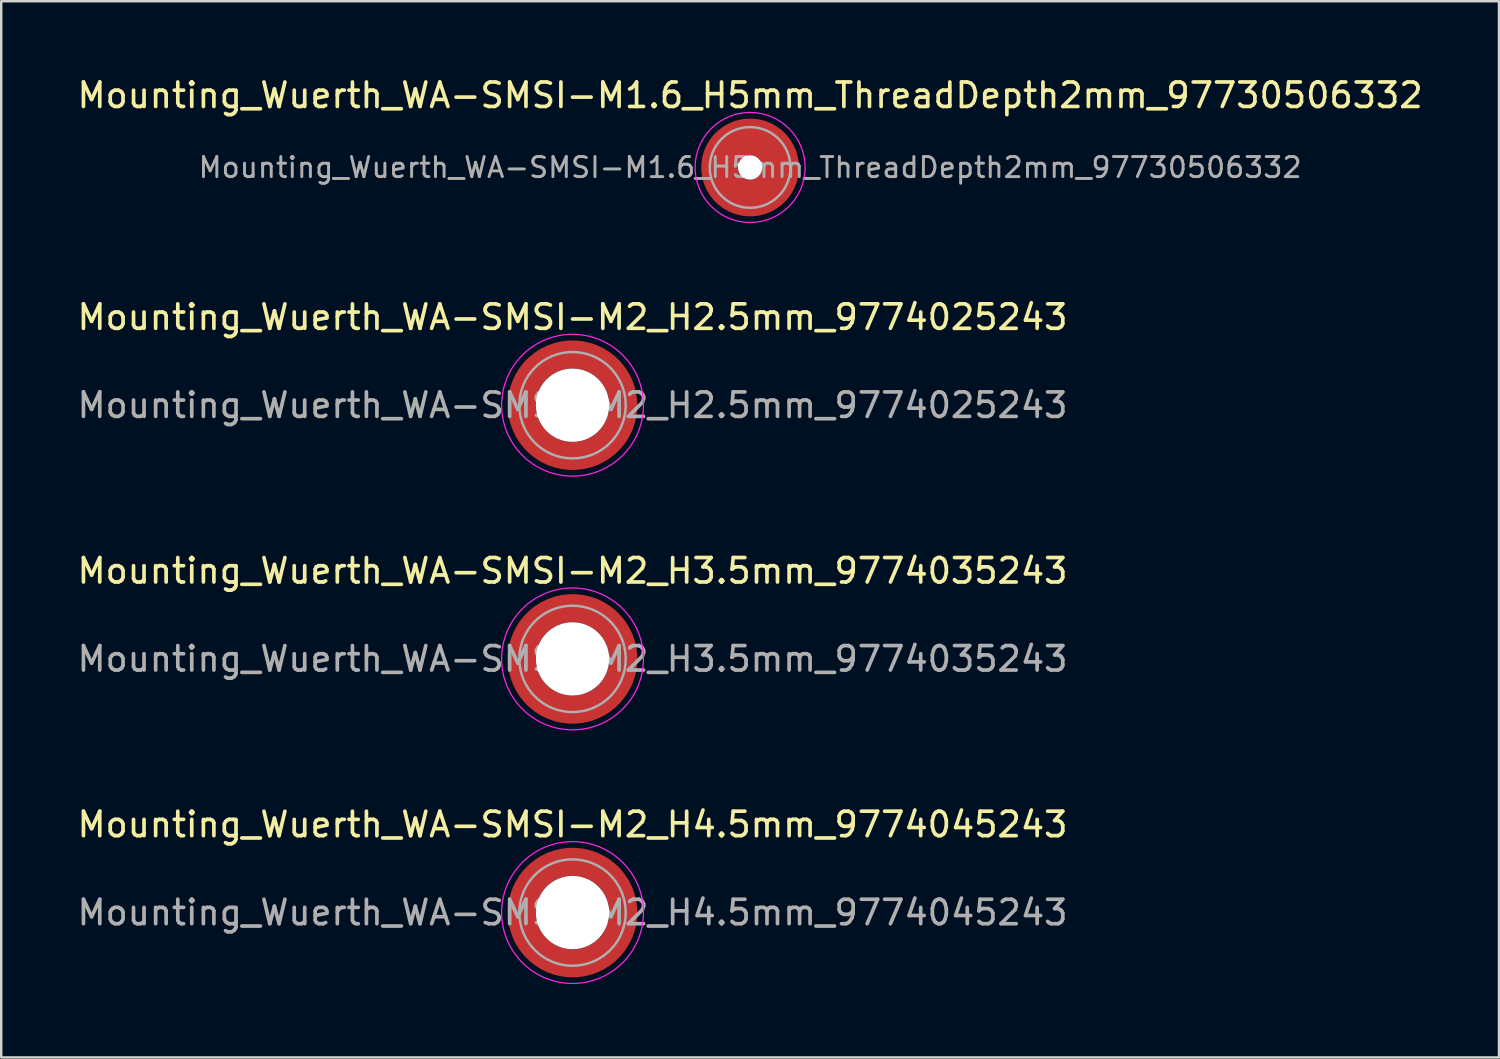
<source format=kicad_pcb>
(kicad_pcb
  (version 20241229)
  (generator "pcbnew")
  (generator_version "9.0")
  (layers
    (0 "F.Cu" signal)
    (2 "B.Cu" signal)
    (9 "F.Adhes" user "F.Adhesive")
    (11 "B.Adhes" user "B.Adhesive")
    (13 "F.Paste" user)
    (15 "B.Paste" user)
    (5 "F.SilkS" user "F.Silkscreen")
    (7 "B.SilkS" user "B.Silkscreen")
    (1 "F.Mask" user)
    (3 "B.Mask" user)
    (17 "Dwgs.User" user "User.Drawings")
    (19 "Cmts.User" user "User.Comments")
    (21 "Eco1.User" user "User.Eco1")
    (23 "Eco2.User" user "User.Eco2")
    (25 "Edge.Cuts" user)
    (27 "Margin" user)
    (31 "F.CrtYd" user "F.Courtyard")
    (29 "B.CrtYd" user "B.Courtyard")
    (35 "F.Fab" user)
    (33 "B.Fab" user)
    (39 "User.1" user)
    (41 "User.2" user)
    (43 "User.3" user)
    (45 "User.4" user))
  (footprint "Mounting_Wuerth_WA-SMSI-M2_H2.5mm_9774025243"
    (layer "F.Cu")
    (at 20.363 13.521)
    (property "Reference" "Mounting_Wuerth_WA-SMSI-M2_H2.5mm_9774025243" (at 0 -3.6 0) (layer "F.SilkS") (effects (font (size 1 1) (thickness 0.15))))
    (attr smd)
    (fp_circle (center 0 0) (end 2.9 0) (stroke (width 0.05) (type solid)) (fill no) (layer "F.CrtYd"))
    (fp_circle (center 0 0) (end 2.175 0) (stroke (width 0.1) (type solid)) (fill no) (layer "F.Fab"))
    (fp_text user "${REFERENCE}" (at 0 0 0) (layer "F.Fab") (effects (font (size 1 1) (thickness 0.15))))
    (pad "" smd custom (at -1.453 -1.453) (size 0.61 0.61) (layers "F.Paste") (options (anchor circle)) (primitives (gr_arc (start -0.147677 1.053104) (mid 0.285964 0.286792) (end 1.051968 -0.147393) (width 0.2)) (gr_arc (start -0.240295 1.053104) (mid 0.22253 0.222946) (end 1.052531 -0.24016) (width 0.2)) (gr_arc (start -0.332645 1.053104) (mid 0.158548 0.15965) (end 1.051583 -0.332304) (width 0.2)) (gr_arc (start -0.424767 1.053104) (mid 0.09486 0.096059) (end 1.051446 -0.424413) (width 0.2)) (gr_arc (start -0.516693 1.053104) (mid 0.031293 0.032346) (end 1.051645 -0.516396) (width 0.2)) (gr_arc (start -0.608448 1.053104) (mid -0.032323 -0.031316) (end 1.051707 -0.608176) (width 0.2)) (gr_arc (start -0.700056 1.053104) (mid -0.09616 -0.094758) (end 1.051155 -0.699693) (width 0.2)) (gr_arc (start -0.791534 1.053104) (mid -0.160388 -0.15781) (end 1.049515 -0.790891) (width 0.2)) (gr_arc (start -0.882896 1.053104) (mid -0.223713 -0.221764) (end 1.050388 -0.882429) (width 0.2)) (gr_arc (start -0.974157 1.053104) (mid -0.287654 -0.285101) (end 1.049541 -0.973567) (width 0.2)) (gr_line (start 1.053 -0.148) (end 1.053 -0.974) (width 0.2)) (gr_line (start -0.148 1.053) (end -0.974 1.053) (width 0.2))))
    (pad "" smd custom (at -1.453 1.453) (size 0.61 0.61) (layers "F.Paste") (options (anchor circle)) (primitives (gr_arc (start 1.053104 0.147677) (mid 0.286792 -0.285964) (end -0.147393 -1.051968) (width 0.2)) (gr_arc (start 1.053104 0.240295) (mid 0.222946 -0.22253) (end -0.24016 -1.052531) (width 0.2)) (gr_arc (start 1.053104 0.332645) (mid 0.15965 -0.158548) (end -0.332304 -1.051583) (width 0.2)) (gr_arc (start 1.053104 0.424767) (mid 0.096059 -0.09486) (end -0.424413 -1.051446) (width 0.2)) (gr_arc (start 1.053104 0.516693) (mid 0.032346 -0.031293) (end -0.516396 -1.051645) (width 0.2)) (gr_arc (start 1.053104 0.608448) (mid -0.031316 0.032323) (end -0.608176 -1.051707) (width 0.2)) (gr_arc (start 1.053104 0.700056) (mid -0.094758 0.09616) (end -0.699693 -1.051155) (width 0.2)) (gr_arc (start 1.053104 0.791534) (mid -0.15781 0.160388) (end -0.790891 -1.049515) (width 0.2)) (gr_arc (start 1.053104 0.882896) (mid -0.221764 0.223713) (end -0.882429 -1.050388) (width 0.2)) (gr_arc (start 1.053104 0.974157) (mid -0.285101 0.287654) (end -0.973567 -1.049541) (width 0.2)) (gr_line (start -0.148 -1.053) (end -0.974 -1.053) (width 0.2)) (gr_line (start 1.053 0.148) (end 1.053 0.974) (width 0.2))))
    (pad "" np_thru_hole circle (at 0 0) (size 3 3) (drill 3) (layers "*.Cu" "*.Mask"))
    (pad "" smd custom (at 1.453 -1.453) (size 0.61 0.61) (layers "F.Paste") (options (anchor circle)) (primitives (gr_arc (start -1.053104 -0.147677) (mid -0.286792 0.285964) (end 0.147393 1.051968) (width 0.2)) (gr_arc (start -1.053104 -0.240295) (mid -0.222946 0.22253) (end 0.24016 1.052531) (width 0.2)) (gr_arc (start -1.053104 -0.332645) (mid -0.15965 0.158548) (end 0.332304 1.051583) (width 0.2)) (gr_arc (start -1.053104 -0.424767) (mid -0.096059 0.09486) (end 0.424413 1.051446) (width 0.2)) (gr_arc (start -1.053104 -0.516693) (mid -0.032346 0.031293) (end 0.516396 1.051645) (width 0.2)) (gr_arc (start -1.053104 -0.608448) (mid 0.031316 -0.032323) (end 0.608176 1.051707) (width 0.2)) (gr_arc (start -1.053104 -0.700056) (mid 0.094758 -0.09616) (end 0.699693 1.051155) (width 0.2)) (gr_arc (start -1.053104 -0.791534) (mid 0.15781 -0.160388) (end 0.790891 1.049515) (width 0.2)) (gr_arc (start -1.053104 -0.882896) (mid 0.221764 -0.223713) (end 0.882429 1.050388) (width 0.2)) (gr_arc (start -1.053104 -0.974157) (mid 0.285101 -0.287654) (end 0.973567 1.049541) (width 0.2)) (gr_line (start 0.148 1.053) (end 0.974 1.053) (width 0.2)) (gr_line (start -1.053 -0.148) (end -1.053 -0.974) (width 0.2))))
    (pad "" smd custom (at 1.453 1.453) (size 0.61 0.61) (layers "F.Paste") (options (anchor circle)) (primitives (gr_arc (start 0.147677 -1.053104) (mid -0.285964 -0.286792) (end -1.051968 0.147393) (width 0.2)) (gr_arc (start 0.240295 -1.053104) (mid -0.22253 -0.222946) (end -1.052531 0.24016) (width 0.2)) (gr_arc (start 0.332645 -1.053104) (mid -0.158548 -0.15965) (end -1.051583 0.332304) (width 0.2)) (gr_arc (start 0.424767 -1.053104) (mid -0.09486 -0.096059) (end -1.051446 0.424413) (width 0.2)) (gr_arc (start 0.516693 -1.053104) (mid -0.031293 -0.032346) (end -1.051645 0.516396) (width 0.2)) (gr_arc (start 0.608448 -1.053104) (mid 0.032323 0.031316) (end -1.051707 0.608176) (width 0.2)) (gr_arc (start 0.700056 -1.053104) (mid 0.09616 0.094758) (end -1.051155 0.699693) (width 0.2)) (gr_arc (start 0.791534 -1.053104) (mid 0.160388 0.15781) (end -1.049515 0.790891) (width 0.2)) (gr_arc (start 0.882896 -1.053104) (mid 0.223713 0.221764) (end -1.050388 0.882429) (width 0.2)) (gr_arc (start 0.974157 -1.053104) (mid 0.287654 0.285101) (end -1.049541 0.973567) (width 0.2)) (gr_line (start -1.053 0.148) (end -1.053 0.974) (width 0.2)) (gr_line (start 0.148 -1.053) (end 0.974 -1.053) (width 0.2))))
    (pad "1" smd circle (at -2.075 0) (size 0.75 0.75) (layers "F.Cu"))
    (pad "1" smd circle (at 0 -2.075) (size 0.75 0.75) (layers "F.Cu"))
    (pad "1" smd circle (at 0 2.075) (size 0.75 0.75) (layers "F.Cu"))
    (pad "1" smd custom (at 2.075 0) (size 0.75 0.75) (layers "F.Cu" "F.Mask") (options (anchor circle)) (primitives (gr_circle (center -2.075 0) (end 0 0) (width 1.15) (fill no)))))
  (footprint "Mounting_Wuerth_WA-SMSI-M1.6_H5mm_ThreadDepth2mm_97730506332"
    (layer "F.Cu")
    (at 27.625 3.798)
    (property "Reference" "Mounting_Wuerth_WA-SMSI-M1.6_H5mm_ThreadDepth2mm_97730506332" (at 0 -2.95 0) (layer "F.SilkS") (effects (font (size 1 1) (thickness 0.15))))
    (attr smd)
    (fp_circle (center 0 0) (end 2.25 0) (stroke (width 0.05) (type solid)) (fill no) (layer "F.CrtYd"))
    (fp_circle (center 0 0) (end 1.65 0) (stroke (width 0.1) (type solid)) (fill no) (layer "F.Fab"))
    (fp_text user "${REFERENCE}" (at 0 0 0) (layer "F.Fab") (effects (font (size 0.82 0.82) (thickness 0.12))))
    (pad "" smd custom (at 0 -1.25) (size 0.9 0.9) (layers "F.Paste") (options (anchor circle)) (primitives (gr_arc (start -0.259808 0.6) (mid -0.00045 0.55) (end 0.258972 0.599667) (width 0.2)) (gr_arc (start -0.466369 0.6) (mid -0.000127 0.45) (end 0.466163 0.599852) (width 0.2)) (gr_arc (start -0.622495 0.6) (mid -0.000185 0.35) (end 0.622228 0.599745) (width 0.2)) (gr_arc (start -0.759934 0.6) (mid -0.000146 0.25) (end 0.759744 0.599777) (width 0.2)) (gr_arc (start -0.887412 0.6) (mid -0.000546 0.15) (end 0.886766 0.599119) (width 0.2)) (gr_arc (start -1.008712 0.6) (mid -0.000059 0.05) (end 1.008648 0.5999) (width 0.2)) (gr_arc (start -1.125833 0.6) (mid -0.001134 -0.049999) (end 1.124697 0.598036) (width 0.2)) (gr_arc (start -1.23996 0.6) (mid -0.00088 -0.15) (end 1.239142 0.598442) (width 0.2)) (gr_arc (start -1.351851 0.6) (mid -0.000542 -0.25) (end 1.351381 0.599023) (width 0.2)) (gr_arc (start -1.462019 0.6) (mid -0.000852 -0.35) (end 1.461326 0.598443) (width 0.2)) (gr_arc (start -1.570828 0.6) (mid -0.000608 -0.45) (end 1.570363 0.598876) (width 0.2)) (gr_arc (start -1.678541 0.6) (mid -0.000991 -0.55) (end 1.677824 0.598152) (width 0.2)) (gr_line (start 0.26 0.6) (end 1.679 0.6) (width 0.2)) (gr_line (start -0.26 0.6) (end -1.679 0.6) (width 0.2))))
    (pad "" np_thru_hole circle (at 0 0) (size 1 1) (drill 1) (layers "*.Cu" "*.Mask"))
    (pad "" smd custom (at 0 1.25) (size 0.9 0.9) (layers "F.Paste") (options (anchor circle)) (primitives (gr_arc (start 0.259808 -0.6) (mid 0.00045 -0.55) (end -0.258972 -0.599667) (width 0.2)) (gr_arc (start 0.466369 -0.6) (mid 0.000127 -0.45) (end -0.466163 -0.599852) (width 0.2)) (gr_arc (start 0.622495 -0.6) (mid 0.000185 -0.35) (end -0.622228 -0.599745) (width 0.2)) (gr_arc (start 0.759934 -0.6) (mid 0.000146 -0.25) (end -0.759744 -0.599777) (width 0.2)) (gr_arc (start 0.887412 -0.6) (mid 0.000546 -0.15) (end -0.886766 -0.599119) (width 0.2)) (gr_arc (start 1.008712 -0.6) (mid 0.000059 -0.05) (end -1.008648 -0.5999) (width 0.2)) (gr_arc (start 1.125833 -0.6) (mid 0.001134 0.049999) (end -1.124697 -0.598036) (width 0.2)) (gr_arc (start 1.23996 -0.6) (mid 0.00088 0.15) (end -1.239142 -0.598442) (width 0.2)) (gr_arc (start 1.351851 -0.6) (mid 0.000542 0.25) (end -1.351381 -0.599023) (width 0.2)) (gr_arc (start 1.462019 -0.6) (mid 0.000852 0.35) (end -1.461326 -0.598443) (width 0.2)) (gr_arc (start 1.570828 -0.6) (mid 0.000608 0.45) (end -1.570363 -0.598876) (width 0.2)) (gr_arc (start 1.678541 -0.6) (mid 0.000991 0.55) (end -1.677824 -0.598152) (width 0.2)) (gr_line (start -0.26 -0.6) (end -1.679 -0.6) (width 0.2)) (gr_line (start 0.26 -0.6) (end 1.679 -0.6) (width 0.2))))
    (pad "1" smd circle (at -1.25 0) (size 1.1 1.1) (layers "F.Cu"))
    (pad "1" smd circle (at 0 -1.25) (size 1.1 1.1) (layers "F.Cu"))
    (pad "1" smd circle (at 0 1.25) (size 1.1 1.1) (layers "F.Cu"))
    (pad "1" smd custom (at 1.25 0) (size 1.1 1.1) (layers "F.Cu" "F.Mask") (options (anchor circle)) (primitives (gr_circle (center -1.25 0) (end 0 0) (width 1.5) (fill no)))))
  (footprint "Mounting_Wuerth_WA-SMSI-M2_H4.5mm_9774045243"
    (layer "F.Cu")
    (at 20.363 34.268)
    (property "Reference" "Mounting_Wuerth_WA-SMSI-M2_H4.5mm_9774045243" (at 0 -3.6 0) (layer "F.SilkS") (effects (font (size 1 1) (thickness 0.15))))
    (attr smd)
    (fp_circle (center 0 0) (end 2.9 0) (stroke (width 0.05) (type solid)) (fill no) (layer "F.CrtYd"))
    (fp_circle (center 0 0) (end 2.175 0) (stroke (width 0.1) (type solid)) (fill no) (layer "F.Fab"))
    (fp_text user "${REFERENCE}" (at 0 0 0) (layer "F.Fab") (effects (font (size 1 1) (thickness 0.15))))
    (pad "" smd custom (at -1.453 -1.453) (size 0.61 0.61) (layers "F.Paste") (options (anchor circle)) (primitives (gr_arc (start -0.147677 1.053104) (mid 0.285964 0.286792) (end 1.051968 -0.147393) (width 0.2)) (gr_arc (start -0.240295 1.053104) (mid 0.22253 0.222946) (end 1.052531 -0.24016) (width 0.2)) (gr_arc (start -0.332645 1.053104) (mid 0.158548 0.15965) (end 1.051583 -0.332304) (width 0.2)) (gr_arc (start -0.424767 1.053104) (mid 0.09486 0.096059) (end 1.051446 -0.424413) (width 0.2)) (gr_arc (start -0.516693 1.053104) (mid 0.031293 0.032346) (end 1.051645 -0.516396) (width 0.2)) (gr_arc (start -0.608448 1.053104) (mid -0.032323 -0.031316) (end 1.051707 -0.608176) (width 0.2)) (gr_arc (start -0.700056 1.053104) (mid -0.09616 -0.094758) (end 1.051155 -0.699693) (width 0.2)) (gr_arc (start -0.791534 1.053104) (mid -0.160388 -0.15781) (end 1.049515 -0.790891) (width 0.2)) (gr_arc (start -0.882896 1.053104) (mid -0.223713 -0.221764) (end 1.050388 -0.882429) (width 0.2)) (gr_arc (start -0.974157 1.053104) (mid -0.287654 -0.285101) (end 1.049541 -0.973567) (width 0.2)) (gr_line (start 1.053 -0.148) (end 1.053 -0.974) (width 0.2)) (gr_line (start -0.148 1.053) (end -0.974 1.053) (width 0.2))))
    (pad "" smd custom (at -1.453 1.453) (size 0.61 0.61) (layers "F.Paste") (options (anchor circle)) (primitives (gr_arc (start 1.053104 0.147677) (mid 0.286792 -0.285964) (end -0.147393 -1.051968) (width 0.2)) (gr_arc (start 1.053104 0.240295) (mid 0.222946 -0.22253) (end -0.24016 -1.052531) (width 0.2)) (gr_arc (start 1.053104 0.332645) (mid 0.15965 -0.158548) (end -0.332304 -1.051583) (width 0.2)) (gr_arc (start 1.053104 0.424767) (mid 0.096059 -0.09486) (end -0.424413 -1.051446) (width 0.2)) (gr_arc (start 1.053104 0.516693) (mid 0.032346 -0.031293) (end -0.516396 -1.051645) (width 0.2)) (gr_arc (start 1.053104 0.608448) (mid -0.031316 0.032323) (end -0.608176 -1.051707) (width 0.2)) (gr_arc (start 1.053104 0.700056) (mid -0.094758 0.09616) (end -0.699693 -1.051155) (width 0.2)) (gr_arc (start 1.053104 0.791534) (mid -0.15781 0.160388) (end -0.790891 -1.049515) (width 0.2)) (gr_arc (start 1.053104 0.882896) (mid -0.221764 0.223713) (end -0.882429 -1.050388) (width 0.2)) (gr_arc (start 1.053104 0.974157) (mid -0.285101 0.287654) (end -0.973567 -1.049541) (width 0.2)) (gr_line (start -0.148 -1.053) (end -0.974 -1.053) (width 0.2)) (gr_line (start 1.053 0.148) (end 1.053 0.974) (width 0.2))))
    (pad "" np_thru_hole circle (at 0 0) (size 3 3) (drill 3) (layers "*.Cu" "*.Mask"))
    (pad "" smd custom (at 1.453 -1.453) (size 0.61 0.61) (layers "F.Paste") (options (anchor circle)) (primitives (gr_arc (start -1.053104 -0.147677) (mid -0.286792 0.285964) (end 0.147393 1.051968) (width 0.2)) (gr_arc (start -1.053104 -0.240295) (mid -0.222946 0.22253) (end 0.24016 1.052531) (width 0.2)) (gr_arc (start -1.053104 -0.332645) (mid -0.15965 0.158548) (end 0.332304 1.051583) (width 0.2)) (gr_arc (start -1.053104 -0.424767) (mid -0.096059 0.09486) (end 0.424413 1.051446) (width 0.2)) (gr_arc (start -1.053104 -0.516693) (mid -0.032346 0.031293) (end 0.516396 1.051645) (width 0.2)) (gr_arc (start -1.053104 -0.608448) (mid 0.031316 -0.032323) (end 0.608176 1.051707) (width 0.2)) (gr_arc (start -1.053104 -0.700056) (mid 0.094758 -0.09616) (end 0.699693 1.051155) (width 0.2)) (gr_arc (start -1.053104 -0.791534) (mid 0.15781 -0.160388) (end 0.790891 1.049515) (width 0.2)) (gr_arc (start -1.053104 -0.882896) (mid 0.221764 -0.223713) (end 0.882429 1.050388) (width 0.2)) (gr_arc (start -1.053104 -0.974157) (mid 0.285101 -0.287654) (end 0.973567 1.049541) (width 0.2)) (gr_line (start 0.148 1.053) (end 0.974 1.053) (width 0.2)) (gr_line (start -1.053 -0.148) (end -1.053 -0.974) (width 0.2))))
    (pad "" smd custom (at 1.453 1.453) (size 0.61 0.61) (layers "F.Paste") (options (anchor circle)) (primitives (gr_arc (start 0.147677 -1.053104) (mid -0.285964 -0.286792) (end -1.051968 0.147393) (width 0.2)) (gr_arc (start 0.240295 -1.053104) (mid -0.22253 -0.222946) (end -1.052531 0.24016) (width 0.2)) (gr_arc (start 0.332645 -1.053104) (mid -0.158548 -0.15965) (end -1.051583 0.332304) (width 0.2)) (gr_arc (start 0.424767 -1.053104) (mid -0.09486 -0.096059) (end -1.051446 0.424413) (width 0.2)) (gr_arc (start 0.516693 -1.053104) (mid -0.031293 -0.032346) (end -1.051645 0.516396) (width 0.2)) (gr_arc (start 0.608448 -1.053104) (mid 0.032323 0.031316) (end -1.051707 0.608176) (width 0.2)) (gr_arc (start 0.700056 -1.053104) (mid 0.09616 0.094758) (end -1.051155 0.699693) (width 0.2)) (gr_arc (start 0.791534 -1.053104) (mid 0.160388 0.15781) (end -1.049515 0.790891) (width 0.2)) (gr_arc (start 0.882896 -1.053104) (mid 0.223713 0.221764) (end -1.050388 0.882429) (width 0.2)) (gr_arc (start 0.974157 -1.053104) (mid 0.287654 0.285101) (end -1.049541 0.973567) (width 0.2)) (gr_line (start -1.053 0.148) (end -1.053 0.974) (width 0.2)) (gr_line (start 0.148 -1.053) (end 0.974 -1.053) (width 0.2))))
    (pad "1" smd circle (at -2.075 0) (size 0.75 0.75) (layers "F.Cu"))
    (pad "1" smd circle (at 0 -2.075) (size 0.75 0.75) (layers "F.Cu"))
    (pad "1" smd circle (at 0 2.075) (size 0.75 0.75) (layers "F.Cu"))
    (pad "1" smd custom (at 2.075 0) (size 0.75 0.75) (layers "F.Cu" "F.Mask") (options (anchor circle)) (primitives (gr_circle (center -2.075 0) (end 0 0) (width 1.15) (fill no)))))
  (footprint "Mounting_Wuerth_WA-SMSI-M2_H3.5mm_9774035243"
    (layer "F.Cu")
    (at 20.363 23.895)
    (property "Reference" "Mounting_Wuerth_WA-SMSI-M2_H3.5mm_9774035243" (at 0 -3.6 0) (layer "F.SilkS") (effects (font (size 1 1) (thickness 0.15))))
    (attr smd)
    (fp_circle (center 0 0) (end 2.9 0) (stroke (width 0.05) (type solid)) (fill no) (layer "F.CrtYd"))
    (fp_circle (center 0 0) (end 2.175 0) (stroke (width 0.1) (type solid)) (fill no) (layer "F.Fab"))
    (fp_text user "${REFERENCE}" (at 0 0 0) (layer "F.Fab") (effects (font (size 1 1) (thickness 0.15))))
    (pad "" smd custom (at -1.453 -1.453) (size 0.61 0.61) (layers "F.Paste") (options (anchor circle)) (primitives (gr_arc (start -0.147677 1.053104) (mid 0.285964 0.286792) (end 1.051968 -0.147393) (width 0.2)) (gr_arc (start -0.240295 1.053104) (mid 0.22253 0.222946) (end 1.052531 -0.24016) (width 0.2)) (gr_arc (start -0.332645 1.053104) (mid 0.158548 0.15965) (end 1.051583 -0.332304) (width 0.2)) (gr_arc (start -0.424767 1.053104) (mid 0.09486 0.096059) (end 1.051446 -0.424413) (width 0.2)) (gr_arc (start -0.516693 1.053104) (mid 0.031293 0.032346) (end 1.051645 -0.516396) (width 0.2)) (gr_arc (start -0.608448 1.053104) (mid -0.032323 -0.031316) (end 1.051707 -0.608176) (width 0.2)) (gr_arc (start -0.700056 1.053104) (mid -0.09616 -0.094758) (end 1.051155 -0.699693) (width 0.2)) (gr_arc (start -0.791534 1.053104) (mid -0.160388 -0.15781) (end 1.049515 -0.790891) (width 0.2)) (gr_arc (start -0.882896 1.053104) (mid -0.223713 -0.221764) (end 1.050388 -0.882429) (width 0.2)) (gr_arc (start -0.974157 1.053104) (mid -0.287654 -0.285101) (end 1.049541 -0.973567) (width 0.2)) (gr_line (start 1.053 -0.148) (end 1.053 -0.974) (width 0.2)) (gr_line (start -0.148 1.053) (end -0.974 1.053) (width 0.2))))
    (pad "" smd custom (at -1.453 1.453) (size 0.61 0.61) (layers "F.Paste") (options (anchor circle)) (primitives (gr_arc (start 1.053104 0.147677) (mid 0.286792 -0.285964) (end -0.147393 -1.051968) (width 0.2)) (gr_arc (start 1.053104 0.240295) (mid 0.222946 -0.22253) (end -0.24016 -1.052531) (width 0.2)) (gr_arc (start 1.053104 0.332645) (mid 0.15965 -0.158548) (end -0.332304 -1.051583) (width 0.2)) (gr_arc (start 1.053104 0.424767) (mid 0.096059 -0.09486) (end -0.424413 -1.051446) (width 0.2)) (gr_arc (start 1.053104 0.516693) (mid 0.032346 -0.031293) (end -0.516396 -1.051645) (width 0.2)) (gr_arc (start 1.053104 0.608448) (mid -0.031316 0.032323) (end -0.608176 -1.051707) (width 0.2)) (gr_arc (start 1.053104 0.700056) (mid -0.094758 0.09616) (end -0.699693 -1.051155) (width 0.2)) (gr_arc (start 1.053104 0.791534) (mid -0.15781 0.160388) (end -0.790891 -1.049515) (width 0.2)) (gr_arc (start 1.053104 0.882896) (mid -0.221764 0.223713) (end -0.882429 -1.050388) (width 0.2)) (gr_arc (start 1.053104 0.974157) (mid -0.285101 0.287654) (end -0.973567 -1.049541) (width 0.2)) (gr_line (start -0.148 -1.053) (end -0.974 -1.053) (width 0.2)) (gr_line (start 1.053 0.148) (end 1.053 0.974) (width 0.2))))
    (pad "" np_thru_hole circle (at 0 0) (size 3 3) (drill 3) (layers "*.Cu" "*.Mask"))
    (pad "" smd custom (at 1.453 -1.453) (size 0.61 0.61) (layers "F.Paste") (options (anchor circle)) (primitives (gr_arc (start -1.053104 -0.147677) (mid -0.286792 0.285964) (end 0.147393 1.051968) (width 0.2)) (gr_arc (start -1.053104 -0.240295) (mid -0.222946 0.22253) (end 0.24016 1.052531) (width 0.2)) (gr_arc (start -1.053104 -0.332645) (mid -0.15965 0.158548) (end 0.332304 1.051583) (width 0.2)) (gr_arc (start -1.053104 -0.424767) (mid -0.096059 0.09486) (end 0.424413 1.051446) (width 0.2)) (gr_arc (start -1.053104 -0.516693) (mid -0.032346 0.031293) (end 0.516396 1.051645) (width 0.2)) (gr_arc (start -1.053104 -0.608448) (mid 0.031316 -0.032323) (end 0.608176 1.051707) (width 0.2)) (gr_arc (start -1.053104 -0.700056) (mid 0.094758 -0.09616) (end 0.699693 1.051155) (width 0.2)) (gr_arc (start -1.053104 -0.791534) (mid 0.15781 -0.160388) (end 0.790891 1.049515) (width 0.2)) (gr_arc (start -1.053104 -0.882896) (mid 0.221764 -0.223713) (end 0.882429 1.050388) (width 0.2)) (gr_arc (start -1.053104 -0.974157) (mid 0.285101 -0.287654) (end 0.973567 1.049541) (width 0.2)) (gr_line (start 0.148 1.053) (end 0.974 1.053) (width 0.2)) (gr_line (start -1.053 -0.148) (end -1.053 -0.974) (width 0.2))))
    (pad "" smd custom (at 1.453 1.453) (size 0.61 0.61) (layers "F.Paste") (options (anchor circle)) (primitives (gr_arc (start 0.147677 -1.053104) (mid -0.285964 -0.286792) (end -1.051968 0.147393) (width 0.2)) (gr_arc (start 0.240295 -1.053104) (mid -0.22253 -0.222946) (end -1.052531 0.24016) (width 0.2)) (gr_arc (start 0.332645 -1.053104) (mid -0.158548 -0.15965) (end -1.051583 0.332304) (width 0.2)) (gr_arc (start 0.424767 -1.053104) (mid -0.09486 -0.096059) (end -1.051446 0.424413) (width 0.2)) (gr_arc (start 0.516693 -1.053104) (mid -0.031293 -0.032346) (end -1.051645 0.516396) (width 0.2)) (gr_arc (start 0.608448 -1.053104) (mid 0.032323 0.031316) (end -1.051707 0.608176) (width 0.2)) (gr_arc (start 0.700056 -1.053104) (mid 0.09616 0.094758) (end -1.051155 0.699693) (width 0.2)) (gr_arc (start 0.791534 -1.053104) (mid 0.160388 0.15781) (end -1.049515 0.790891) (width 0.2)) (gr_arc (start 0.882896 -1.053104) (mid 0.223713 0.221764) (end -1.050388 0.882429) (width 0.2)) (gr_arc (start 0.974157 -1.053104) (mid 0.287654 0.285101) (end -1.049541 0.973567) (width 0.2)) (gr_line (start -1.053 0.148) (end -1.053 0.974) (width 0.2)) (gr_line (start 0.148 -1.053) (end 0.974 -1.053) (width 0.2))))
    (pad "1" smd circle (at -2.075 0) (size 0.75 0.75) (layers "F.Cu"))
    (pad "1" smd circle (at 0 -2.075) (size 0.75 0.75) (layers "F.Cu"))
    (pad "1" smd circle (at 0 2.075) (size 0.75 0.75) (layers "F.Cu"))
    (pad "1" smd custom (at 2.075 0) (size 0.75 0.75) (layers "F.Cu" "F.Mask") (options (anchor circle)) (primitives (gr_circle (center -2.075 0) (end 0 0) (width 1.15) (fill no)))))
  (gr_rect
    (start -3 -3)
    (end 58.25 40.193)
    (stroke (width 0.1) (type default))
    (fill no)
    (layer "Edge.Cuts")))
</source>
